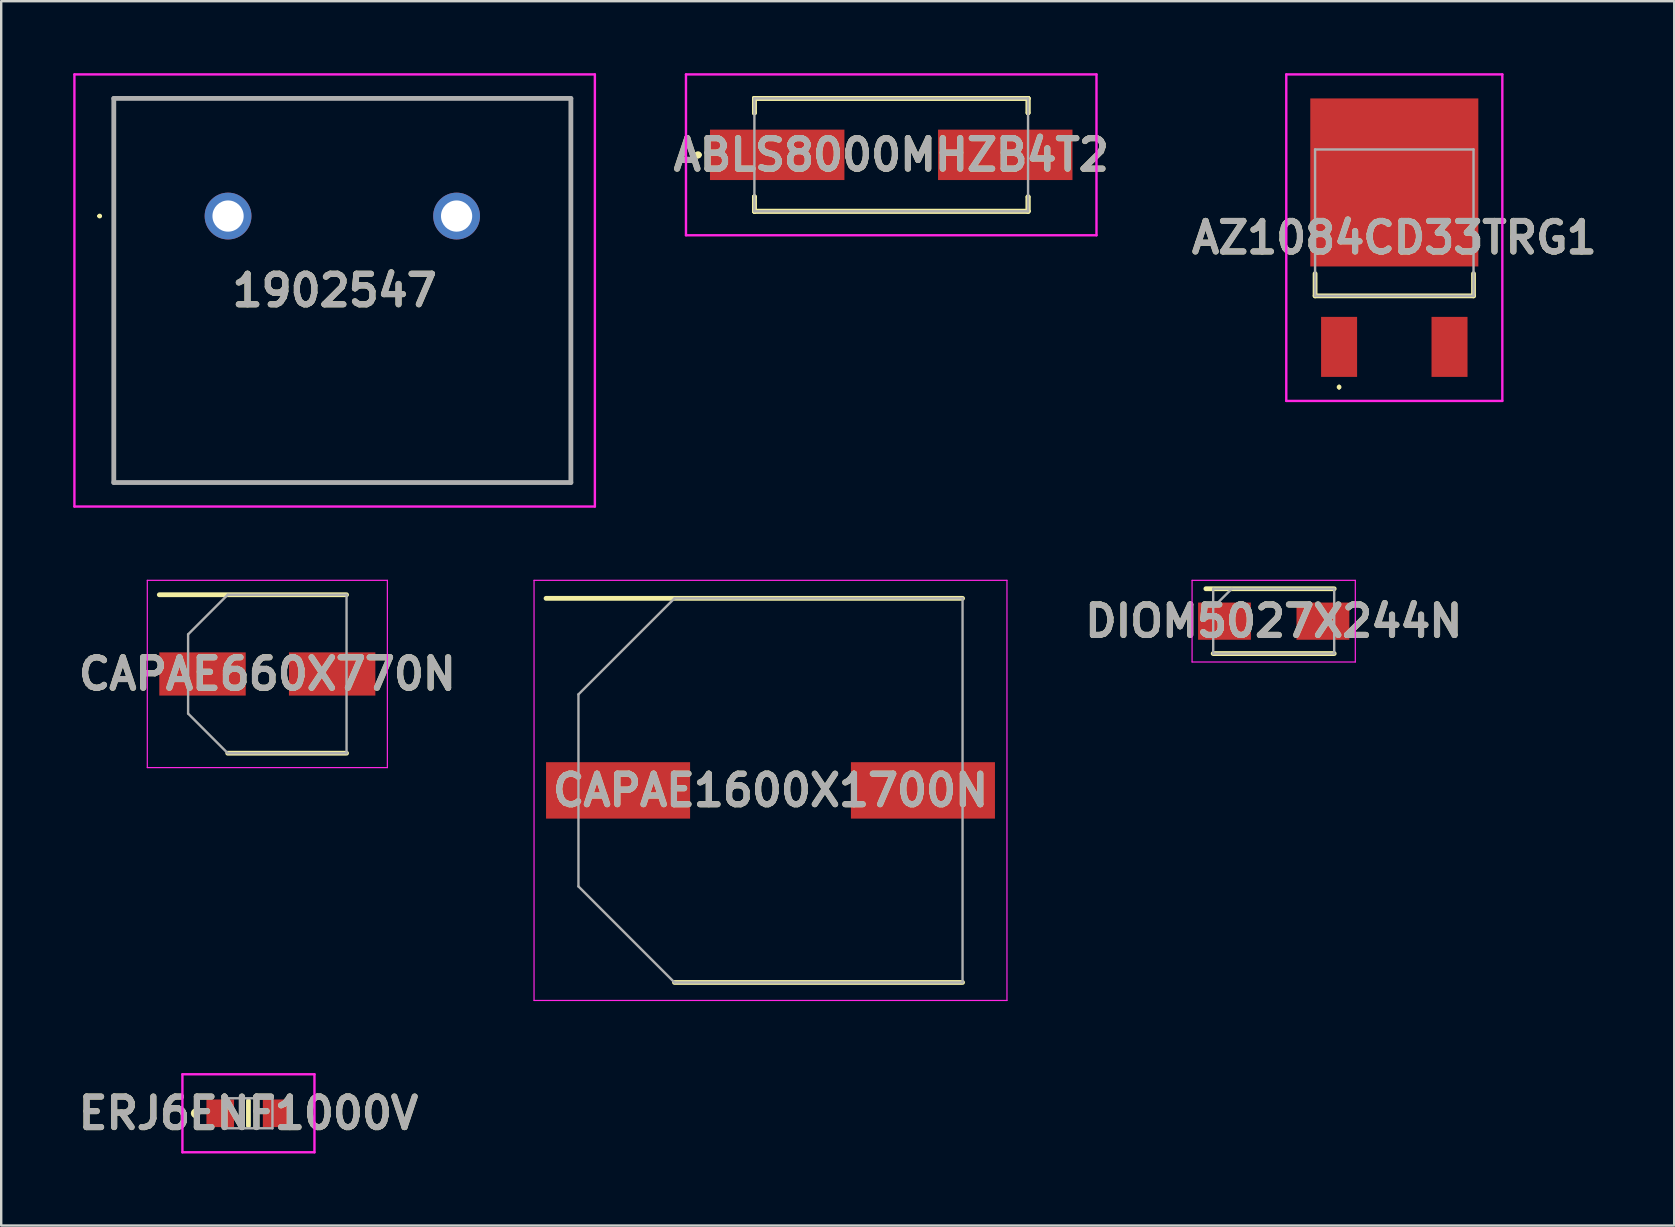
<source format=kicad_pcb>
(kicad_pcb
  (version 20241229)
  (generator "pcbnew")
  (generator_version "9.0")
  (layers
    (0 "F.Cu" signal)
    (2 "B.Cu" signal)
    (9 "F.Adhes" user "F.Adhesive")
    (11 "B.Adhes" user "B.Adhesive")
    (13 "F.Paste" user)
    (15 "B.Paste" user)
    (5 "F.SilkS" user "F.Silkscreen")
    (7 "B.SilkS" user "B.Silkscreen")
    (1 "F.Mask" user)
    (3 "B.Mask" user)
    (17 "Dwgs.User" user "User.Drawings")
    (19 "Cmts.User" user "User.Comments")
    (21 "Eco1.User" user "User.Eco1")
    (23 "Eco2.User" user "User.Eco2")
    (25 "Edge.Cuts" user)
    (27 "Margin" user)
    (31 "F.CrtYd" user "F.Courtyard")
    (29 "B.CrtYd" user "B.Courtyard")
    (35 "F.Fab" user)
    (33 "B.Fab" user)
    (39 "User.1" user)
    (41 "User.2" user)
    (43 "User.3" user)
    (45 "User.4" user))
  (footprint "DIOM5027X244N"
    (layer "F.Cu")
    (at 50.007 22.825)
    (property "Reference" "DIOM5027X244N" (at 0 0 0) (layer "F.SilkS") (effects (font (size 1.27 1.27) (thickness 0.254))))
    (attr smd)
    (fp_line (start -2.52 1.35) (end 2.52 1.35) (stroke (width 0.2) (type solid)) (layer "F.SilkS"))
    (fp_line (start 2.52 -1.35) (end -2.825 -1.35) (stroke (width 0.2) (type solid)) (layer "F.SilkS"))
    (fp_line (start -3.4 -1.7) (end 3.4 -1.7) (stroke (width 0.05) (type solid)) (layer "F.CrtYd"))
    (fp_line (start -3.4 1.7) (end -3.4 -1.7) (stroke (width 0.05) (type solid)) (layer "F.CrtYd"))
    (fp_line (start 3.4 -1.7) (end 3.4 1.7) (stroke (width 0.05) (type solid)) (layer "F.CrtYd"))
    (fp_line (start 3.4 1.7) (end -3.4 1.7) (stroke (width 0.05) (type solid)) (layer "F.CrtYd"))
    (fp_line (start -2.52 -1.35) (end 2.52 -1.35) (stroke (width 0.1) (type solid)) (layer "F.Fab"))
    (fp_line (start -2.52 -0.575) (end -1.745 -1.35) (stroke (width 0.1) (type solid)) (layer "F.Fab"))
    (fp_line (start -2.52 1.35) (end -2.52 -1.35) (stroke (width 0.1) (type solid)) (layer "F.Fab"))
    (fp_line (start 2.52 -1.35) (end 2.52 1.35) (stroke (width 0.1) (type solid)) (layer "F.Fab"))
    (fp_line (start 2.52 1.35) (end -2.52 1.35) (stroke (width 0.1) (type solid)) (layer "F.Fab"))
    (fp_text user "${REFERENCE}" (at 0 0 0) (layer "F.Fab") (effects (font (size 1.27 1.27) (thickness 0.254))))
    (pad "1" smd rect (at -2.05 0 90) (size 1.55 2.2) (layers "F.Cu" "F.Mask" "F.Paste"))
    (pad "2" smd rect (at 2.05 0 90) (size 1.55 2.2) (layers "F.Cu" "F.Mask" "F.Paste")))
  (footprint "ERJ6ENF1000V"
    (layer "F.Cu")
    (at 7.299 43.325)
    (property "Reference" "ERJ6ENF1000V" (at 0 0 0) (layer "F.SilkS") (effects (font (size 1.27 1.27) (thickness 0.254))))
    (attr smd)
    (fp_line (start -2.2 -0.1) (end -2.2 -0.1) (stroke (width 0.2) (type solid)) (layer "F.SilkS"))
    (fp_line (start -2.2 0.1) (end -2.2 0.1) (stroke (width 0.2) (type solid)) (layer "F.SilkS"))
    (fp_line (start 0 -0.525) (end 0 0.525) (stroke (width 0.2) (type solid)) (layer "F.SilkS"))
    (fp_arc (start -2.2 -0.1) (mid -2.1 0) (end -2.2 0.1) (stroke (width 0.2) (type solid)) (layer "F.SilkS"))
    (fp_arc (start -2.2 0.1) (mid -2.3 0) (end -2.2 -0.1) (stroke (width 0.2) (type solid)) (layer "F.SilkS"))
    (fp_line (start -2.75 -1.625) (end 2.75 -1.625) (stroke (width 0.1) (type solid)) (layer "F.CrtYd"))
    (fp_line (start -2.75 1.625) (end -2.75 -1.625) (stroke (width 0.1) (type solid)) (layer "F.CrtYd"))
    (fp_line (start 2.75 -1.625) (end 2.75 1.625) (stroke (width 0.1) (type solid)) (layer "F.CrtYd"))
    (fp_line (start 2.75 1.625) (end -2.75 1.625) (stroke (width 0.1) (type solid)) (layer "F.CrtYd"))
    (fp_line (start -1 -0.625) (end 1 -0.625) (stroke (width 0.1) (type solid)) (layer "F.Fab"))
    (fp_line (start -1 0.625) (end -1 -0.625) (stroke (width 0.1) (type solid)) (layer "F.Fab"))
    (fp_line (start 1 -0.625) (end 1 0.625) (stroke (width 0.1) (type solid)) (layer "F.Fab"))
    (fp_line (start 1 0.625) (end -1 0.625) (stroke (width 0.1) (type solid)) (layer "F.Fab"))
    (fp_text user "${REFERENCE}" (at 0 0 0) (layer "F.Fab") (effects (font (size 1.27 1.27) (thickness 0.254))))
    (pad "1" smd rect (at -1.175 0) (size 1.15 1.15) (layers "F.Cu" "F.Mask" "F.Paste"))
    (pad "2" smd rect (at 1.175 0) (size 1.15 1.15) (layers "F.Cu" "F.Mask" "F.Paste")))
  (footprint "AZ1084CD33TRG1"
    (layer "F.Cu")
    (at 55.031 6.225)
    (property "Reference" "AZ1084CD33TRG1" (at 0 0.625 0) (layer "F.SilkS") (effects (font (size 1.27 1.27) (thickness 0.254))))
    (attr smd)
    (fp_line (start -3.3 2.125) (end -3.3 3.05) (stroke (width 0.2) (type solid)) (layer "F.SilkS"))
    (fp_line (start -3.3 3.05) (end 3.3 3.05) (stroke (width 0.2) (type solid)) (layer "F.SilkS"))
    (fp_line (start -2.3 6.8) (end -2.3 6.8) (stroke (width 0.1) (type solid)) (layer "F.SilkS"))
    (fp_line (start -2.3 6.9) (end -2.3 6.9) (stroke (width 0.1) (type solid)) (layer "F.SilkS"))
    (fp_line (start 3.3 3.05) (end 3.3 2.125) (stroke (width 0.2) (type solid)) (layer "F.SilkS"))
    (fp_arc (start -2.3 6.8) (mid -2.25 6.85) (end -2.3 6.9) (stroke (width 0.1) (type solid)) (layer "F.SilkS"))
    (fp_arc (start -2.3 6.9) (mid -2.35 6.85) (end -2.3 6.8) (stroke (width 0.1) (type solid)) (layer "F.SilkS"))
    (fp_line (start -4.5 -6.175) (end 4.5 -6.175) (stroke (width 0.1) (type solid)) (layer "F.CrtYd"))
    (fp_line (start -4.5 7.425) (end -4.5 -6.175) (stroke (width 0.1) (type solid)) (layer "F.CrtYd"))
    (fp_line (start 4.5 -6.175) (end 4.5 7.425) (stroke (width 0.1) (type solid)) (layer "F.CrtYd"))
    (fp_line (start 4.5 7.425) (end -4.5 7.425) (stroke (width 0.1) (type solid)) (layer "F.CrtYd"))
    (fp_line (start -3.3 -3.05) (end -3.3 3.05) (stroke (width 0.1) (type solid)) (layer "F.Fab"))
    (fp_line (start -3.3 3.05) (end 3.3 3.05) (stroke (width 0.1) (type solid)) (layer "F.Fab"))
    (fp_line (start 3.3 -3.05) (end -3.3 -3.05) (stroke (width 0.1) (type solid)) (layer "F.Fab"))
    (fp_line (start 3.3 3.05) (end 3.3 -3.05) (stroke (width 0.1) (type solid)) (layer "F.Fab"))
    (fp_text user "${REFERENCE}" (at 0 0.625 0) (layer "F.Fab") (effects (font (size 1.27 1.27) (thickness 0.254))))
    (pad "1" smd rect (at -2.3 5.175) (size 1.5 2.5) (layers "F.Cu" "F.Mask" "F.Paste"))
    (pad "2" smd rect (at 0 -1.675 90) (size 7 7) (layers "F.Cu" "F.Mask" "F.Paste"))
    (pad "3" smd rect (at 2.3 5.175) (size 1.5 2.5) (layers "F.Cu" "F.Mask" "F.Paste")))
  (footprint "1902547"
    (layer "F.Cu")
    (at 6.45 5.95)
    (property "Reference" "1902547" (at 4.44 3.1 0) (layer "F.SilkS") (effects (font (size 1.27 1.27) (thickness 0.254))))
    (attr through_hole)
    (fp_line (start -5.4 0) (end -5.4 0) (stroke (width 0.1) (type solid)) (layer "F.SilkS"))
    (fp_line (start -5.3 0) (end -5.3 0) (stroke (width 0.1) (type solid)) (layer "F.SilkS"))
    (fp_line (start -4.76 -4.9) (end 14.28 -4.9) (stroke (width 0.1) (type solid)) (layer "F.SilkS"))
    (fp_line (start -4.76 11.1) (end -4.76 -4.9) (stroke (width 0.1) (type solid)) (layer "F.SilkS"))
    (fp_line (start 14.28 -4.9) (end 14.28 11.1) (stroke (width 0.1) (type solid)) (layer "F.SilkS"))
    (fp_line (start 14.28 11.1) (end -4.76 11.1) (stroke (width 0.1) (type solid)) (layer "F.SilkS"))
    (fp_arc (start -5.4 0) (mid -5.35 -0.05) (end -5.3 0) (stroke (width 0.1) (type solid)) (layer "F.SilkS"))
    (fp_arc (start -5.3 0) (mid -5.35 0.05) (end -5.4 0) (stroke (width 0.1) (type solid)) (layer "F.SilkS"))
    (fp_line (start -6.4 -5.9) (end 15.28 -5.9) (stroke (width 0.1) (type solid)) (layer "F.CrtYd"))
    (fp_line (start -6.4 12.1) (end -6.4 -5.9) (stroke (width 0.1) (type solid)) (layer "F.CrtYd"))
    (fp_line (start 15.28 -5.9) (end 15.28 12.1) (stroke (width 0.1) (type solid)) (layer "F.CrtYd"))
    (fp_line (start 15.28 12.1) (end -6.4 12.1) (stroke (width 0.1) (type solid)) (layer "F.CrtYd"))
    (fp_line (start -4.76 -4.9) (end 14.28 -4.9) (stroke (width 0.2) (type solid)) (layer "F.Fab"))
    (fp_line (start -4.76 11.1) (end -4.76 -4.9) (stroke (width 0.2) (type solid)) (layer "F.Fab"))
    (fp_line (start 14.28 -4.9) (end 14.28 11.1) (stroke (width 0.2) (type solid)) (layer "F.Fab"))
    (fp_line (start 14.28 11.1) (end -4.76 11.1) (stroke (width 0.2) (type solid)) (layer "F.Fab"))
    (fp_text user "${REFERENCE}" (at 4.44 3.1 0) (layer "F.Fab") (effects (font (size 1.27 1.27) (thickness 0.254))))
    (pad "1" thru_hole circle (at 0 0) (size 1.95 1.95) (drill 1.3) (layers "*.Cu" "*.Mask"))
    (pad "2" thru_hole circle (at 9.52 0) (size 1.95 1.95) (drill 1.3) (layers "*.Cu" "*.Mask")))
  (footprint "CAPAE660X770N"
    (layer "F.Cu")
    (at 8.086 25.025)
    (property "Reference" "CAPAE660X770N" (at 0 0 0) (layer "F.SilkS") (effects (font (size 1.27 1.27) (thickness 0.254))))
    (attr smd)
    (fp_line (start -4.5 -3.3) (end 3.3 -3.3) (stroke (width 0.2) (type solid)) (layer "F.SilkS"))
    (fp_line (start -1.65 3.3) (end 3.3 3.3) (stroke (width 0.2) (type solid)) (layer "F.SilkS"))
    (fp_line (start -5 -3.9) (end 5 -3.9) (stroke (width 0.05) (type solid)) (layer "F.CrtYd"))
    (fp_line (start -5 3.9) (end -5 -3.9) (stroke (width 0.05) (type solid)) (layer "F.CrtYd"))
    (fp_line (start 5 -3.9) (end 5 3.9) (stroke (width 0.05) (type solid)) (layer "F.CrtYd"))
    (fp_line (start 5 3.9) (end -5 3.9) (stroke (width 0.05) (type solid)) (layer "F.CrtYd"))
    (fp_line (start -3.3 -1.65) (end -3.3 1.65) (stroke (width 0.1) (type solid)) (layer "F.Fab"))
    (fp_line (start -3.3 1.65) (end -1.65 3.3) (stroke (width 0.1) (type solid)) (layer "F.Fab"))
    (fp_line (start -1.65 -3.3) (end -3.3 -1.65) (stroke (width 0.1) (type solid)) (layer "F.Fab"))
    (fp_line (start -1.65 3.3) (end 3.3 3.3) (stroke (width 0.1) (type solid)) (layer "F.Fab"))
    (fp_line (start 3.3 -3.3) (end -1.65 -3.3) (stroke (width 0.1) (type solid)) (layer "F.Fab"))
    (fp_line (start 3.3 3.3) (end 3.3 -3.3) (stroke (width 0.1) (type solid)) (layer "F.Fab"))
    (fp_text user "${REFERENCE}" (at 0 0 0) (layer "F.Fab") (effects (font (size 1.27 1.27) (thickness 0.254))))
    (pad "1" smd rect (at -2.7 0 90) (size 1.8 3.6) (layers "F.Cu" "F.Mask" "F.Paste"))
    (pad "2" smd rect (at 2.7 0 90) (size 1.8 3.6) (layers "F.Cu" "F.Mask" "F.Paste")))
  (footprint "ABLS8000MHZB4T2"
    (layer "F.Cu")
    (at 34.075 3.4)
    (property "Reference" "ABLS8000MHZB4T2" (at 0 0 0) (layer "F.SilkS") (effects (font (size 1.27 1.27) (thickness 0.254))))
    (attr smd)
    (fp_line (start -8.1 0) (end -8.1 0) (stroke (width 0.2) (type solid)) (layer "F.SilkS"))
    (fp_line (start -8.1 0) (end -8.1 0) (stroke (width 0.2) (type solid)) (layer "F.SilkS"))
    (fp_line (start -8 0) (end -8 0) (stroke (width 0.2) (type solid)) (layer "F.SilkS"))
    (fp_line (start -5.7 -2.35) (end -5.7 -2.35) (stroke (width 0.2) (type solid)) (layer "F.SilkS"))
    (fp_line (start -5.7 -2.35) (end -5.7 -2.35) (stroke (width 0.2) (type solid)) (layer "F.SilkS"))
    (fp_line (start -5.7 -2.35) (end -5.7 -1.75) (stroke (width 0.2) (type solid)) (layer "F.SilkS"))
    (fp_line (start -5.7 -2.35) (end 5.7 -2.35) (stroke (width 0.2) (type solid)) (layer "F.SilkS"))
    (fp_line (start -5.7 -1.75) (end -5.7 -2.35) (stroke (width 0.2) (type solid)) (layer "F.SilkS"))
    (fp_line (start -5.7 -1.75) (end -5.7 -1.75) (stroke (width 0.2) (type solid)) (layer "F.SilkS"))
    (fp_line (start -5.7 1.75) (end -5.7 1.75) (stroke (width 0.2) (type solid)) (layer "F.SilkS"))
    (fp_line (start -5.7 1.75) (end -5.7 2.35) (stroke (width 0.2) (type solid)) (layer "F.SilkS"))
    (fp_line (start -5.7 2.35) (end -5.7 1.75) (stroke (width 0.2) (type solid)) (layer "F.SilkS"))
    (fp_line (start -5.7 2.35) (end -5.7 2.35) (stroke (width 0.2) (type solid)) (layer "F.SilkS"))
    (fp_line (start -5.7 2.35) (end -5.7 2.35) (stroke (width 0.2) (type solid)) (layer "F.SilkS"))
    (fp_line (start -5.7 2.35) (end 5.7 2.35) (stroke (width 0.2) (type solid)) (layer "F.SilkS"))
    (fp_line (start 5.7 -2.35) (end -5.7 -2.35) (stroke (width 0.2) (type solid)) (layer "F.SilkS"))
    (fp_line (start 5.7 -2.35) (end 5.7 -2.35) (stroke (width 0.2) (type solid)) (layer "F.SilkS"))
    (fp_line (start 5.7 -2.35) (end 5.7 -2.35) (stroke (width 0.2) (type solid)) (layer "F.SilkS"))
    (fp_line (start 5.7 -2.35) (end 5.7 -1.75) (stroke (width 0.2) (type solid)) (layer "F.SilkS"))
    (fp_line (start 5.7 -1.75) (end 5.7 -2.35) (stroke (width 0.2) (type solid)) (layer "F.SilkS"))
    (fp_line (start 5.7 -1.75) (end 5.7 -1.75) (stroke (width 0.2) (type solid)) (layer "F.SilkS"))
    (fp_line (start 5.7 1.75) (end 5.7 1.75) (stroke (width 0.2) (type solid)) (layer "F.SilkS"))
    (fp_line (start 5.7 1.75) (end 5.7 2.35) (stroke (width 0.2) (type solid)) (layer "F.SilkS"))
    (fp_line (start 5.7 2.35) (end -5.7 2.35) (stroke (width 0.2) (type solid)) (layer "F.SilkS"))
    (fp_line (start 5.7 2.35) (end 5.7 1.75) (stroke (width 0.2) (type solid)) (layer "F.SilkS"))
    (fp_line (start 5.7 2.35) (end 5.7 2.35) (stroke (width 0.2) (type solid)) (layer "F.SilkS"))
    (fp_line (start 5.7 2.35) (end 5.7 2.35) (stroke (width 0.2) (type solid)) (layer "F.SilkS"))
    (fp_arc (start -8.1 0) (mid -8.05 -0.05) (end -8 0) (stroke (width 0.2) (type solid)) (layer "F.SilkS"))
    (fp_arc (start -8 0) (mid -8.05 0.05) (end -8.1 0) (stroke (width 0.2) (type solid)) (layer "F.SilkS"))
    (fp_arc (start -8 0) (mid -8.05 0.05) (end -8.1 0) (stroke (width 0.2) (type solid)) (layer "F.SilkS"))
    (fp_line (start -8.55 -3.35) (end 8.55 -3.35) (stroke (width 0.1) (type solid)) (layer "F.CrtYd"))
    (fp_line (start -8.55 3.35) (end -8.55 -3.35) (stroke (width 0.1) (type solid)) (layer "F.CrtYd"))
    (fp_line (start 8.55 -3.35) (end 8.55 3.35) (stroke (width 0.1) (type solid)) (layer "F.CrtYd"))
    (fp_line (start 8.55 3.35) (end -8.55 3.35) (stroke (width 0.1) (type solid)) (layer "F.CrtYd"))
    (fp_line (start -5.7 -2.35) (end -5.7 2.35) (stroke (width 0.1) (type solid)) (layer "F.Fab"))
    (fp_line (start -5.7 2.35) (end 5.7 2.35) (stroke (width 0.1) (type solid)) (layer "F.Fab"))
    (fp_line (start 5.7 -2.35) (end -5.7 -2.35) (stroke (width 0.1) (type solid)) (layer "F.Fab"))
    (fp_line (start 5.7 2.35) (end 5.7 -2.35) (stroke (width 0.1) (type solid)) (layer "F.Fab"))
    (fp_text user "${REFERENCE}" (at 0 0 0) (layer "F.Fab") (effects (font (size 1.27 1.27) (thickness 0.254))))
    (pad "1" smd rect (at -4.75 0 90) (size 2.1 5.6) (layers "F.Cu" "F.Mask" "F.Paste"))
    (pad "2" smd rect (at 4.75 0 90) (size 2.1 5.6) (layers "F.Cu" "F.Mask" "F.Paste")))
  (footprint "CAPAE1600X1700N"
    (layer "F.Cu")
    (at 29.046 29.875)
    (property "Reference" "CAPAE1600X1700N" (at 0 0 0) (layer "F.SilkS") (effects (font (size 1.27 1.27) (thickness 0.254))))
    (attr smd)
    (fp_line (start -9.35 -8) (end 8 -8) (stroke (width 0.2) (type solid)) (layer "F.SilkS"))
    (fp_line (start -4 8) (end 8 8) (stroke (width 0.2) (type solid)) (layer "F.SilkS"))
    (fp_line (start -9.85 -8.75) (end 9.85 -8.75) (stroke (width 0.05) (type solid)) (layer "F.CrtYd"))
    (fp_line (start -9.85 8.75) (end -9.85 -8.75) (stroke (width 0.05) (type solid)) (layer "F.CrtYd"))
    (fp_line (start 9.85 -8.75) (end 9.85 8.75) (stroke (width 0.05) (type solid)) (layer "F.CrtYd"))
    (fp_line (start 9.85 8.75) (end -9.85 8.75) (stroke (width 0.05) (type solid)) (layer "F.CrtYd"))
    (fp_line (start -8 -4) (end -8 4) (stroke (width 0.1) (type solid)) (layer "F.Fab"))
    (fp_line (start -8 4) (end -4 8) (stroke (width 0.1) (type solid)) (layer "F.Fab"))
    (fp_line (start -4 -8) (end -8 -4) (stroke (width 0.1) (type solid)) (layer "F.Fab"))
    (fp_line (start -4 8) (end 8 8) (stroke (width 0.1) (type solid)) (layer "F.Fab"))
    (fp_line (start 8 -8) (end -4 -8) (stroke (width 0.1) (type solid)) (layer "F.Fab"))
    (fp_line (start 8 8) (end 8 -8) (stroke (width 0.1) (type solid)) (layer "F.Fab"))
    (fp_text user "${REFERENCE}" (at 0 0 0) (layer "F.Fab") (effects (font (size 1.27 1.27) (thickness 0.254))))
    (pad "1" smd rect (at -6.35 0 90) (size 2.35 6) (layers "F.Cu" "F.Mask" "F.Paste"))
    (pad "2" smd rect (at 6.35 0 90) (size 2.35 6) (layers "F.Cu" "F.Mask" "F.Paste")))
  (gr_rect
    (start -3 -3)
    (end 66.691 48)
    (stroke (width 0.1) (type default))
    (fill no)
    (layer "Edge.Cuts")))
</source>
